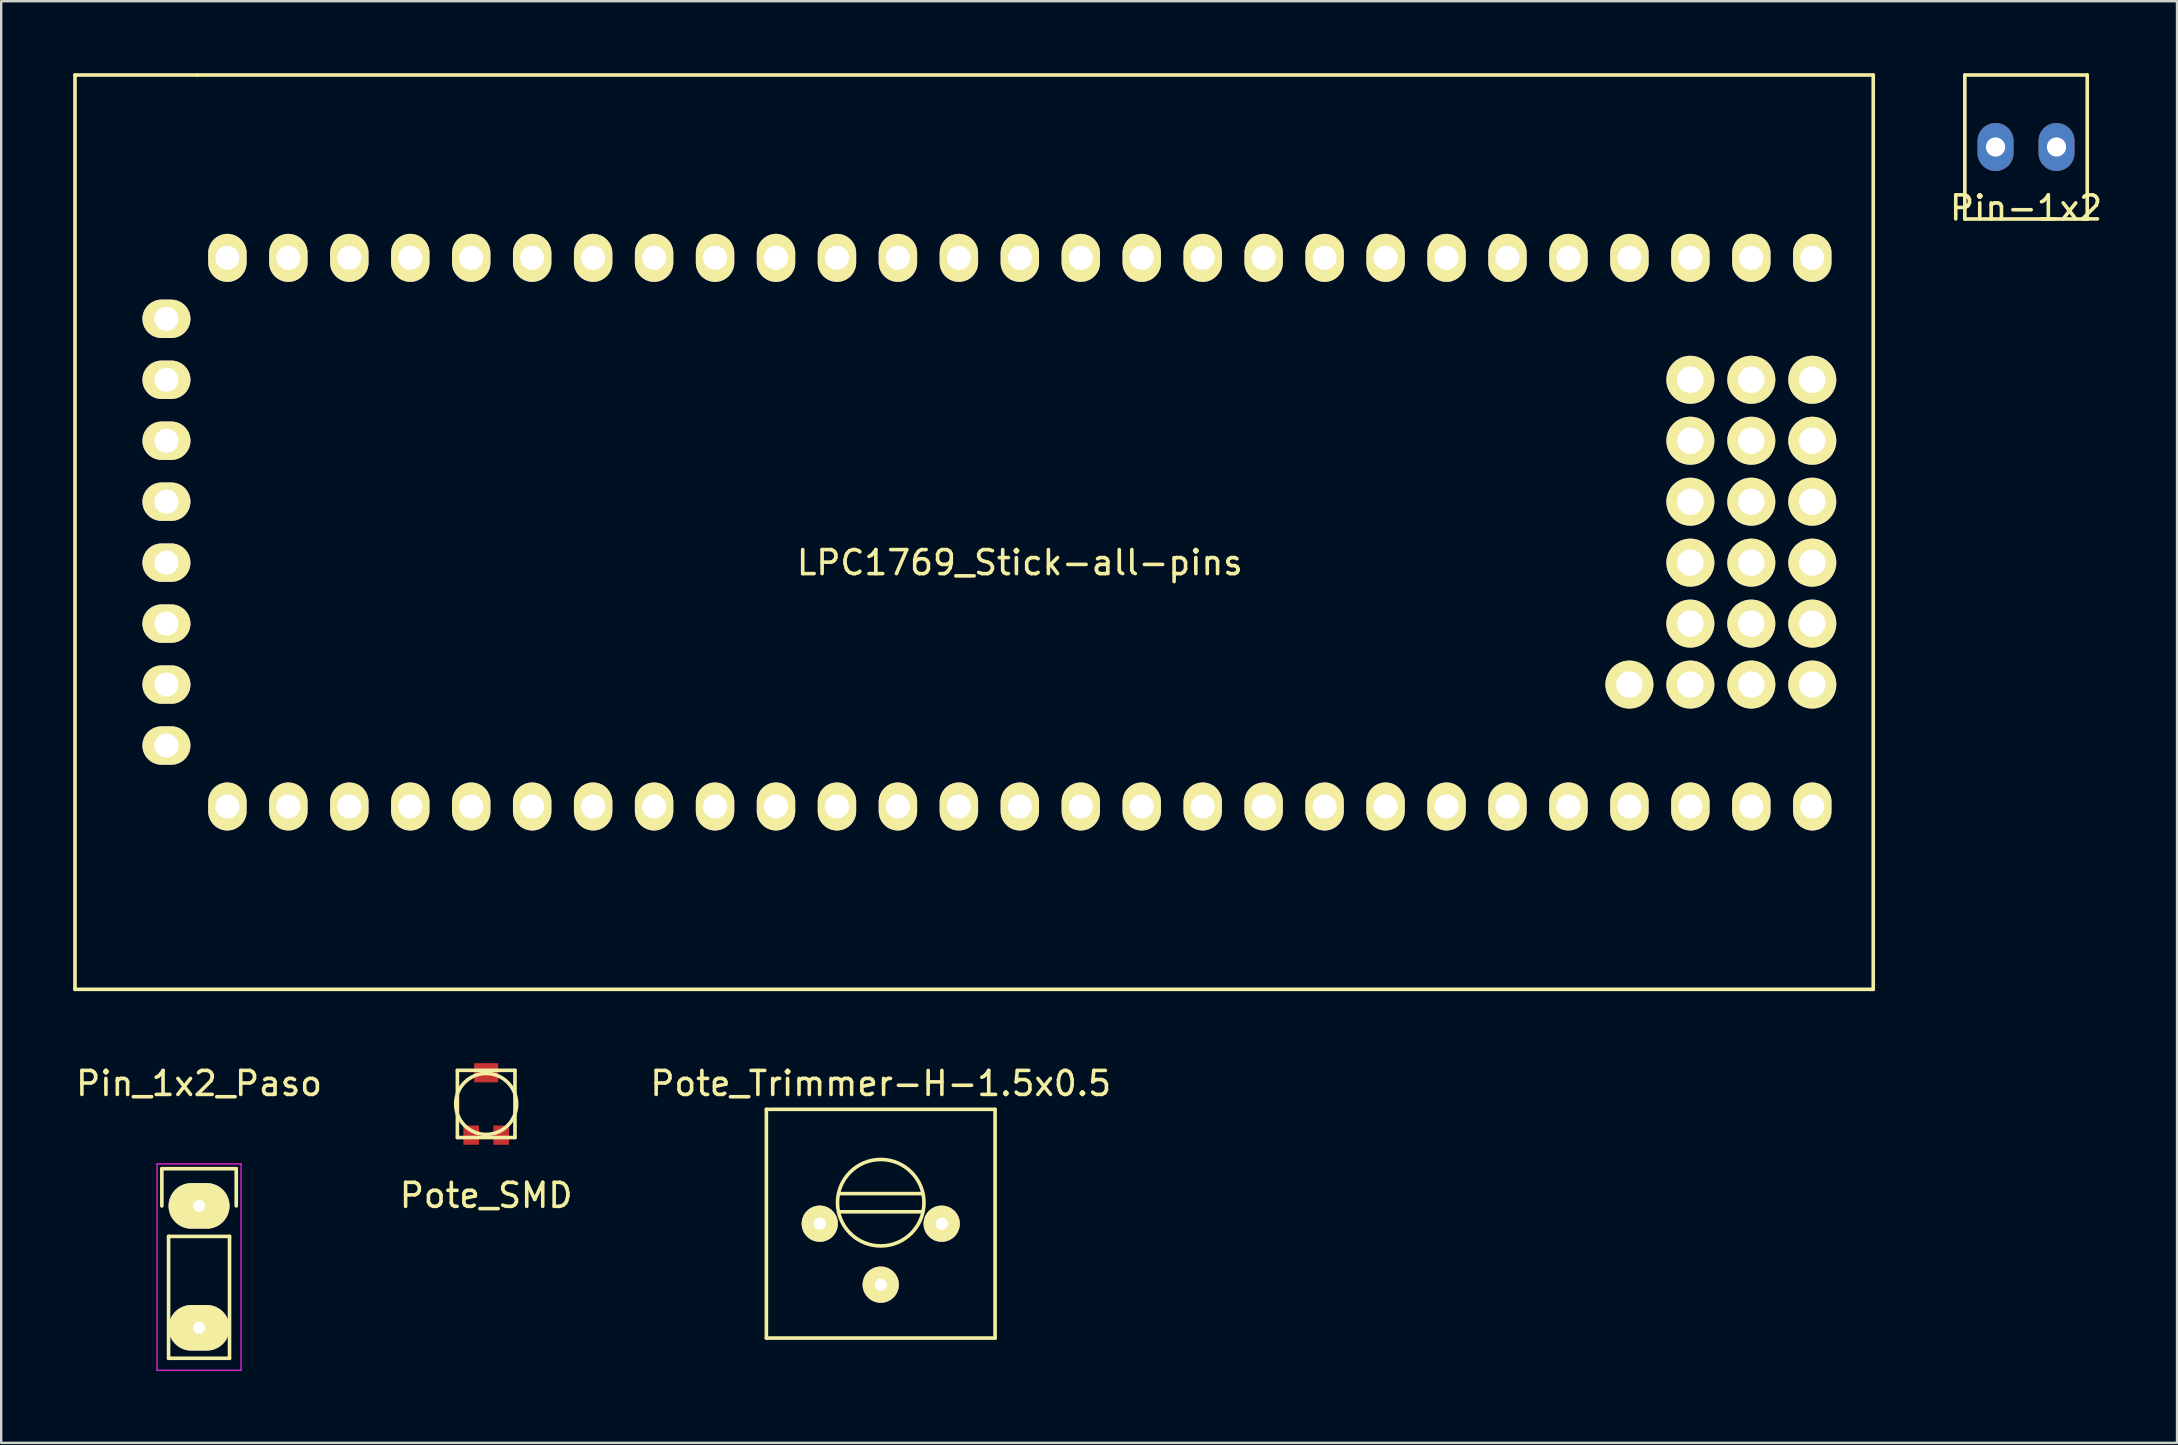
<source format=kicad_pcb>
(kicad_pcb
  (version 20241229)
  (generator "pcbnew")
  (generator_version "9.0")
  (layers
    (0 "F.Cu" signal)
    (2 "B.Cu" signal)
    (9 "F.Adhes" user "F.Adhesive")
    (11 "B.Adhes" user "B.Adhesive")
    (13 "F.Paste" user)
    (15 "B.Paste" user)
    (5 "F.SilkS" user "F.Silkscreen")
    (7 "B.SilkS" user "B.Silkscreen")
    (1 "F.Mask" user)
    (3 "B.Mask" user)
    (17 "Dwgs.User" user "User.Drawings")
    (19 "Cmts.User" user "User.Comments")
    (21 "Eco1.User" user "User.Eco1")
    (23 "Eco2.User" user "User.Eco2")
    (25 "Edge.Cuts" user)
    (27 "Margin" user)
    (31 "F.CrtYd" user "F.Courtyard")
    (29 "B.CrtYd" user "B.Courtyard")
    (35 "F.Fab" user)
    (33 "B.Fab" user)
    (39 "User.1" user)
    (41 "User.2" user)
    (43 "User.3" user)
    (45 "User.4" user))
  (footprint "Pin_1x2_Paso"
    (layer "F.Cu")
    (at 5.244 49.738)
    (property "Reference" "Pin_1x2_Paso" (at 0 -7.64 0) (layer "F.SilkS") (effects (font (size 1 1) (thickness 0.15))))
    (attr through_hole)
    (fp_line (start -1.55 -4.09) (end 1.55 -4.09) (stroke (width 0.15) (type solid)) (layer "F.SilkS"))
    (fp_line (start -1.55 -2.54) (end -1.55 -4.09) (stroke (width 0.15) (type solid)) (layer "F.SilkS"))
    (fp_line (start -1.27 -1.27) (end -1.27 3.81) (stroke (width 0.15) (type solid)) (layer "F.SilkS"))
    (fp_line (start -1.27 3.81) (end 1.27 3.81) (stroke (width 0.15) (type solid)) (layer "F.SilkS"))
    (fp_line (start 1.27 -1.27) (end -1.27 -1.27) (stroke (width 0.15) (type solid)) (layer "F.SilkS"))
    (fp_line (start 1.27 3.81) (end 1.27 -1.27) (stroke (width 0.15) (type solid)) (layer "F.SilkS"))
    (fp_line (start 1.55 -4.09) (end 1.55 -2.54) (stroke (width 0.15) (type solid)) (layer "F.SilkS"))
    (fp_line (start -1.75 -4.29) (end -1.75 4.31) (stroke (width 0.05) (type solid)) (layer "F.CrtYd"))
    (fp_line (start -1.75 -4.29) (end 1.75 -4.29) (stroke (width 0.05) (type solid)) (layer "F.CrtYd"))
    (fp_line (start -1.75 4.31) (end 1.75 4.31) (stroke (width 0.05) (type solid)) (layer "F.CrtYd"))
    (fp_line (start 1.75 -4.29) (end 1.75 4.31) (stroke (width 0.05) (type solid)) (layer "F.CrtYd"))
    (pad "1" thru_hole oval (at 0 -2.54) (size 2.54 1.9) (drill 0.5) (layers "*.Cu" "*.Mask" "F.SilkS"))
    (pad "2" thru_hole oval (at 0 2.54) (size 2.54 1.9) (drill 0.5) (layers "*.Cu" "*.Mask" "F.SilkS")))
  (footprint "Pin-1x2"
    (layer "F.Cu")
    (at 81.372 3.075)
    (property "Reference" "Pin-1x2" (at 0 2.54 0) (layer "F.SilkS") (effects (font (size 1 1) (thickness 0.15))))
    (attr through_hole)
    (fp_line (start -2.55 -3) (end 2.55 -3) (stroke (width 0.15) (type solid)) (layer "F.SilkS"))
    (fp_line (start -2.55 3) (end -2.55 -3) (stroke (width 0.15) (type solid)) (layer "F.SilkS"))
    (fp_line (start -2.55 3) (end 2.55 3) (stroke (width 0.15) (type solid)) (layer "F.SilkS"))
    (fp_line (start 2.55 -3) (end 2.55 3) (stroke (width 0.15) (type solid)) (layer "F.SilkS"))
    (pad "1" thru_hole oval (at -1.27 0) (size 1.5 2) (drill 0.8) (layers "*.Cu" "*.Mask"))
    (pad "2" thru_hole oval (at 1.27 0) (size 1.5 2) (drill 0.8) (layers "*.Cu" "*.Mask")))
  (footprint "Pote_Trimmer-H-1.5x0.5"
    (layer "F.Cu")
    (at 31.109 47.94)
    (property "Reference" "Pote_Trimmer-H-1.5x0.5" (at 2.54 -5.842 0) (layer "F.SilkS") (effects (font (size 1 1) (thickness 0.15))))
    (attr through_hole)
    (fp_line (start -2.225 -4.765) (end 7.305 -4.765) (stroke (width 0.15) (type solid)) (layer "F.SilkS"))
    (fp_line (start -2.225 4.765) (end -2.225 -4.765) (stroke (width 0.15) (type solid)) (layer "F.SilkS"))
    (fp_line (start 0.84 -1.255) (end 4.24 -1.255) (stroke (width 0.15) (type solid)) (layer "F.SilkS"))
    (fp_line (start 0.84 -0.495) (end 4.24 -0.495) (stroke (width 0.15) (type solid)) (layer "F.SilkS"))
    (fp_line (start 7.305 -4.765) (end 7.305 4.765) (stroke (width 0.15) (type solid)) (layer "F.SilkS"))
    (fp_line (start 7.305 4.765) (end -2.225 4.765) (stroke (width 0.15) (type solid)) (layer "F.SilkS"))
    (fp_circle (center 2.54 -0.875) (end 4.115 0) (stroke (width 0.15) (type solid)) (fill no) (layer "F.SilkS"))
    (pad "1" thru_hole circle (at 0 0) (size 1.51 1.51) (drill 0.51) (layers "*.Cu" "*.Mask" "F.SilkS"))
    (pad "2" thru_hole circle (at 2.54 2.54) (size 1.51 1.51) (drill 0.51) (layers "*.Cu" "*.Mask" "F.SilkS"))
    (pad "3" thru_hole circle (at 5.08 0) (size 1.51 1.51) (drill 0.51) (layers "*.Cu" "*.Mask" "F.SilkS")))
  (footprint "Pote_SMD"
    (layer "F.Cu")
    (at 17.208 42.95)
    (property "Reference" "Pote_SMD" (at 0 3.81 0) (layer "F.SilkS") (effects (font (size 1 1) (thickness 0.15))))
    (attr through_hole)
    (fp_line (start -1.2 -1.4) (end 1.2 -1.4) (stroke (width 0.15) (type solid)) (layer "F.SilkS"))
    (fp_line (start -1.2 1.4) (end -1.2 -1.4) (stroke (width 0.15) (type solid)) (layer "F.SilkS"))
    (fp_line (start 1.2 -1.4) (end 1.2 1.4) (stroke (width 0.15) (type solid)) (layer "F.SilkS"))
    (fp_line (start 1.2 1.4) (end -1.2 1.4) (stroke (width 0.15) (type solid)) (layer "F.SilkS"))
    (fp_circle (center 0 0) (end 1.27 0) (stroke (width 0.15) (type solid)) (fill no) (layer "F.SilkS"))
    (pad "1" smd rect (at -0.625 1.3) (size 0.65 0.8) (layers "F.Cu" "F.Mask" "F.Paste"))
    (pad "2" smd rect (at 0 -1.3) (size 1 0.8) (layers "F.Cu" "F.Mask" "F.Paste"))
    (pad "3" smd rect (at 0.625 1.3) (size 0.65 0.8) (layers "F.Cu" "F.Mask" "F.Paste")))
  (footprint "LPC1769_Stick-all-pins"
    (layer "F.Cu")
    (at 39.445 19.125)
    (property "Reference" "LPC1769_Stick-all-pins" (at 0 1.27 0) (layer "F.SilkS") (effects (font (size 1 1) (thickness 0.15))))
    (attr through_hole)
    (fp_line (start -39.37 -19.05) (end -34.29 -19.05) (stroke (width 0.15) (type solid)) (layer "F.SilkS"))
    (fp_line (start -39.37 19.05) (end -39.37 -19.05) (stroke (width 0.15) (type solid)) (layer "F.SilkS"))
    (fp_line (start -34.29 -19.05) (end 35.56 -19.05) (stroke (width 0.15) (type solid)) (layer "F.SilkS"))
    (fp_line (start 35.56 -19.05) (end 35.56 19.05) (stroke (width 0.15) (type solid)) (layer "F.SilkS"))
    (fp_line (start 35.56 19.05) (end -39.37 19.05) (stroke (width 0.15) (type solid)) (layer "F.SilkS"))
    (pad "1" thru_hole oval (at -33.02 11.43) (size 1.6 2) (drill 1) (layers "*.Cu" "*.Mask" "F.SilkS"))
    (pad "2" thru_hole oval (at -30.48 11.43) (size 1.6 2) (drill 1) (layers "*.Cu" "*.Mask" "F.SilkS"))
    (pad "3" thru_hole oval (at -27.94 11.43) (size 1.6 2) (drill 1) (layers "*.Cu" "*.Mask" "F.SilkS"))
    (pad "4" thru_hole oval (at -25.4 11.43) (size 1.6 2) (drill 1) (layers "*.Cu" "*.Mask" "F.SilkS"))
    (pad "5" thru_hole oval (at -22.86 11.43) (size 1.6 2) (drill 1) (layers "*.Cu" "*.Mask" "F.SilkS"))
    (pad "6" thru_hole oval (at -20.32 11.43) (size 1.6 2) (drill 1) (layers "*.Cu" "*.Mask" "F.SilkS"))
    (pad "7" thru_hole oval (at -17.78 11.43) (size 1.6 2) (drill 1) (layers "*.Cu" "*.Mask" "F.SilkS"))
    (pad "8" thru_hole oval (at -15.24 11.43) (size 1.6 2) (drill 1) (layers "*.Cu" "*.Mask" "F.SilkS"))
    (pad "9" thru_hole oval (at -12.7 11.43) (size 1.6 2) (drill 1) (layers "*.Cu" "*.Mask" "F.SilkS"))
    (pad "10" thru_hole oval (at -10.16 11.43) (size 1.6 2) (drill 1) (layers "*.Cu" "*.Mask" "F.SilkS"))
    (pad "11" thru_hole oval (at -7.62 11.43) (size 1.6 2) (drill 1) (layers "*.Cu" "*.Mask" "F.SilkS"))
    (pad "12" thru_hole oval (at -5.08 11.43) (size 1.6 2) (drill 1) (layers "*.Cu" "*.Mask" "F.SilkS"))
    (pad "13" thru_hole oval (at -2.54 11.43) (size 1.6 2) (drill 1) (layers "*.Cu" "*.Mask" "F.SilkS"))
    (pad "14" thru_hole oval (at 0 11.43) (size 1.6 2) (drill 1) (layers "*.Cu" "*.Mask" "F.SilkS"))
    (pad "15" thru_hole oval (at 2.54 11.43) (size 1.6 2) (drill 1) (layers "*.Cu" "*.Mask" "F.SilkS"))
    (pad "16" thru_hole oval (at 5.08 11.43) (size 1.6 2) (drill 1) (layers "*.Cu" "*.Mask" "F.SilkS"))
    (pad "17" thru_hole oval (at 7.62 11.43) (size 1.6 2) (drill 1) (layers "*.Cu" "*.Mask" "F.SilkS"))
    (pad "18" thru_hole oval (at 10.16 11.43) (size 1.6 2) (drill 1) (layers "*.Cu" "*.Mask" "F.SilkS"))
    (pad "19" thru_hole oval (at 12.7 11.43) (size 1.6 2) (drill 1) (layers "*.Cu" "*.Mask" "F.SilkS"))
    (pad "20" thru_hole oval (at 15.24 11.43) (size 1.6 2) (drill 1) (layers "*.Cu" "*.Mask" "F.SilkS"))
    (pad "21" thru_hole oval (at 17.78 11.43) (size 1.6 2) (drill 1) (layers "*.Cu" "*.Mask" "F.SilkS"))
    (pad "22" thru_hole oval (at 20.32 11.43) (size 1.6 2) (drill 1) (layers "*.Cu" "*.Mask" "F.SilkS"))
    (pad "23" thru_hole oval (at 22.86 11.43) (size 1.6 2) (drill 1) (layers "*.Cu" "*.Mask" "F.SilkS"))
    (pad "24" thru_hole oval (at 25.4 11.43) (size 1.6 2) (drill 1) (layers "*.Cu" "*.Mask" "F.SilkS"))
    (pad "25" thru_hole oval (at 27.94 11.43) (size 1.6 2) (drill 1) (layers "*.Cu" "*.Mask" "F.SilkS"))
    (pad "26" thru_hole oval (at 30.48 11.43) (size 1.6 2) (drill 1) (layers "*.Cu" "*.Mask" "F.SilkS"))
    (pad "27" thru_hole oval (at 33.02 11.43) (size 1.6 2) (drill 1) (layers "*.Cu" "*.Mask" "F.SilkS"))
    (pad "28" thru_hole oval (at -33.02 -11.43) (size 1.6 2) (drill 1) (layers "*.Cu" "*.Mask" "F.SilkS"))
    (pad "29" thru_hole oval (at -30.48 -11.43) (size 1.6 2) (drill 1) (layers "*.Cu" "*.Mask" "F.SilkS"))
    (pad "30" thru_hole oval (at -27.94 -11.43) (size 1.6 2) (drill 1) (layers "*.Cu" "*.Mask" "F.SilkS"))
    (pad "31" thru_hole oval (at -25.4 -11.43) (size 1.6 2) (drill 1) (layers "*.Cu" "*.Mask" "F.SilkS"))
    (pad "32" thru_hole oval (at -22.86 -11.43) (size 1.6 2) (drill 1) (layers "*.Cu" "*.Mask" "F.SilkS"))
    (pad "33" thru_hole oval (at -20.32 -11.43) (size 1.6 2) (drill 1) (layers "*.Cu" "*.Mask" "F.SilkS"))
    (pad "34" thru_hole oval (at -17.78 -11.43) (size 1.6 2) (drill 1) (layers "*.Cu" "*.Mask" "F.SilkS"))
    (pad "35" thru_hole oval (at -15.24 -11.43) (size 1.6 2) (drill 1) (layers "*.Cu" "*.Mask" "F.SilkS"))
    (pad "36" thru_hole oval (at -12.7 -11.43) (size 1.6 2) (drill 1) (layers "*.Cu" "*.Mask" "F.SilkS"))
    (pad "37" thru_hole oval (at -10.16 -11.43) (size 1.6 2) (drill 1) (layers "*.Cu" "*.Mask" "F.SilkS"))
    (pad "38" thru_hole oval (at -7.62 -11.43) (size 1.6 2) (drill 1) (layers "*.Cu" "*.Mask" "F.SilkS"))
    (pad "39" thru_hole oval (at -5.08 -11.43) (size 1.6 2) (drill 1) (layers "*.Cu" "*.Mask" "F.SilkS"))
    (pad "40" thru_hole oval (at -2.54 -11.43) (size 1.6 2) (drill 1) (layers "*.Cu" "*.Mask" "F.SilkS"))
    (pad "41" thru_hole oval (at 0 -11.43) (size 1.6 2) (drill 1) (layers "*.Cu" "*.Mask" "F.SilkS"))
    (pad "42" thru_hole oval (at 2.54 -11.43) (size 1.6 2) (drill 1) (layers "*.Cu" "*.Mask" "F.SilkS"))
    (pad "43" thru_hole oval (at 5.08 -11.43) (size 1.6 2) (drill 1) (layers "*.Cu" "*.Mask" "F.SilkS"))
    (pad "44" thru_hole oval (at 7.62 -11.43) (size 1.6 2) (drill 1) (layers "*.Cu" "*.Mask" "F.SilkS"))
    (pad "45" thru_hole oval (at 10.16 -11.43) (size 1.6 2) (drill 1) (layers "*.Cu" "*.Mask" "F.SilkS"))
    (pad "46" thru_hole oval (at 12.7 -11.43) (size 1.6 2) (drill 1) (layers "*.Cu" "*.Mask" "F.SilkS"))
    (pad "47" thru_hole oval (at 15.24 -11.43) (size 1.6 2) (drill 1) (layers "*.Cu" "*.Mask" "F.SilkS"))
    (pad "48" thru_hole oval (at 17.78 -11.43) (size 1.6 2) (drill 1) (layers "*.Cu" "*.Mask" "F.SilkS"))
    (pad "49" thru_hole oval (at 20.32 -11.43) (size 1.6 2) (drill 1) (layers "*.Cu" "*.Mask" "F.SilkS"))
    (pad "50" thru_hole oval (at 22.86 -11.43) (size 1.6 2) (drill 1) (layers "*.Cu" "*.Mask" "F.SilkS"))
    (pad "51" thru_hole oval (at 25.4 -11.43) (size 1.6 2) (drill 1) (layers "*.Cu" "*.Mask" "F.SilkS"))
    (pad "52" thru_hole oval (at 27.94 -11.43) (size 1.6 2) (drill 1) (layers "*.Cu" "*.Mask" "F.SilkS"))
    (pad "53" thru_hole oval (at 30.48 -11.43) (size 1.6 2) (drill 1) (layers "*.Cu" "*.Mask" "F.SilkS"))
    (pad "54" thru_hole oval (at 33.02 -11.43) (size 1.6 2) (drill 1) (layers "*.Cu" "*.Mask" "F.SilkS"))
    (pad "J1" thru_hole oval (at -35.56 -8.89) (size 2 1.6) (drill 1) (layers "*.Cu" "*.Mask" "F.SilkS"))
    (pad "J2" thru_hole oval (at -35.56 -6.35) (size 2 1.6) (drill 1) (layers "*.Cu" "*.Mask" "F.SilkS"))
    (pad "J3" thru_hole oval (at -35.56 -3.81) (size 2 1.6) (drill 1) (layers "*.Cu" "*.Mask" "F.SilkS"))
    (pad "J4" thru_hole oval (at -35.56 -1.27) (size 2 1.6) (drill 1) (layers "*.Cu" "*.Mask" "F.SilkS"))
    (pad "J5" thru_hole oval (at -35.56 1.27) (size 2 1.6) (drill 1) (layers "*.Cu" "*.Mask" "F.SilkS"))
    (pad "J6" thru_hole oval (at -35.56 3.81) (size 2 1.6) (drill 1) (layers "*.Cu" "*.Mask" "F.SilkS"))
    (pad "J7" thru_hole oval (at -35.56 6.35) (size 2 1.6) (drill 1) (layers "*.Cu" "*.Mask" "F.SilkS"))
    (pad "J8" thru_hole oval (at -35.56 8.89) (size 2 1.6) (drill 1) (layers "*.Cu" "*.Mask" "F.SilkS"))
    (pad "P-1" thru_hole circle (at 33.02 -6.35) (size 2 2) (drill 1.1) (layers "*.Cu" "*.Mask" "F.SilkS"))
    (pad "P-2" thru_hole circle (at 30.48 -6.35) (size 2 2) (drill 1.1) (layers "*.Cu" "*.Mask" "F.SilkS"))
    (pad "P-3" thru_hole circle (at 27.94 -6.35) (size 2 2) (drill 1.1) (layers "*.Cu" "*.Mask" "F.SilkS"))
    (pad "P-4" thru_hole circle (at 33.02 -3.81) (size 2 2) (drill 1.1) (layers "*.Cu" "*.Mask" "F.SilkS"))
    (pad "P-5" thru_hole circle (at 30.48 -3.81) (size 2 2) (drill 1.1) (layers "*.Cu" "*.Mask" "F.SilkS"))
    (pad "P-6" thru_hole circle (at 27.94 -3.81) (size 2 2) (drill 1.1) (layers "*.Cu" "*.Mask" "F.SilkS"))
    (pad "P-7" thru_hole circle (at 33.02 -1.27) (size 2 2) (drill 1.1) (layers "*.Cu" "*.Mask" "F.SilkS"))
    (pad "P-8" thru_hole circle (at 30.48 -1.27) (size 2 2) (drill 1.1) (layers "*.Cu" "*.Mask" "F.SilkS"))
    (pad "P-9" thru_hole circle (at 27.94 -1.27) (size 2 2) (drill 1.1) (layers "*.Cu" "*.Mask" "F.SilkS"))
    (pad "P-10" thru_hole circle (at 33.02 1.27) (size 2 2) (drill 1.1) (layers "*.Cu" "*.Mask" "F.SilkS"))
    (pad "P-11" thru_hole circle (at 30.48 1.27) (size 2 2) (drill 1.1) (layers "*.Cu" "*.Mask" "F.SilkS"))
    (pad "P-12" thru_hole circle (at 27.94 1.27) (size 2 2) (drill 1.1) (layers "*.Cu" "*.Mask" "F.SilkS"))
    (pad "P-13" thru_hole circle (at 33.02 3.81) (size 2 2) (drill 1.1) (layers "*.Cu" "*.Mask" "F.SilkS"))
    (pad "P-14" thru_hole circle (at 30.48 3.81) (size 2 2) (drill 1.1) (layers "*.Cu" "*.Mask" "F.SilkS"))
    (pad "P-15" thru_hole circle (at 27.94 3.81) (size 2 2) (drill 1.1) (layers "*.Cu" "*.Mask" "F.SilkS"))
    (pad "P-16" thru_hole circle (at 33.02 6.35) (size 2 2) (drill 1.1) (layers "*.Cu" "*.Mask" "F.SilkS"))
    (pad "P-17" thru_hole circle (at 30.48 6.35) (size 2 2) (drill 1.1) (layers "*.Cu" "*.Mask" "F.SilkS"))
    (pad "P-18" thru_hole circle (at 27.94 6.35) (size 2 2) (drill 1.1) (layers "*.Cu" "*.Mask" "F.SilkS"))
    (pad "P-19" thru_hole circle (at 25.4 6.35) (size 2 2) (drill 1.1) (layers "*.Cu" "*.Mask" "F.SilkS")))
  (gr_rect
    (start -3 -3)
    (end 87.663 57.073)
    (stroke (width 0.1) (type default))
    (fill no)
    (layer "Edge.Cuts")))
</source>
